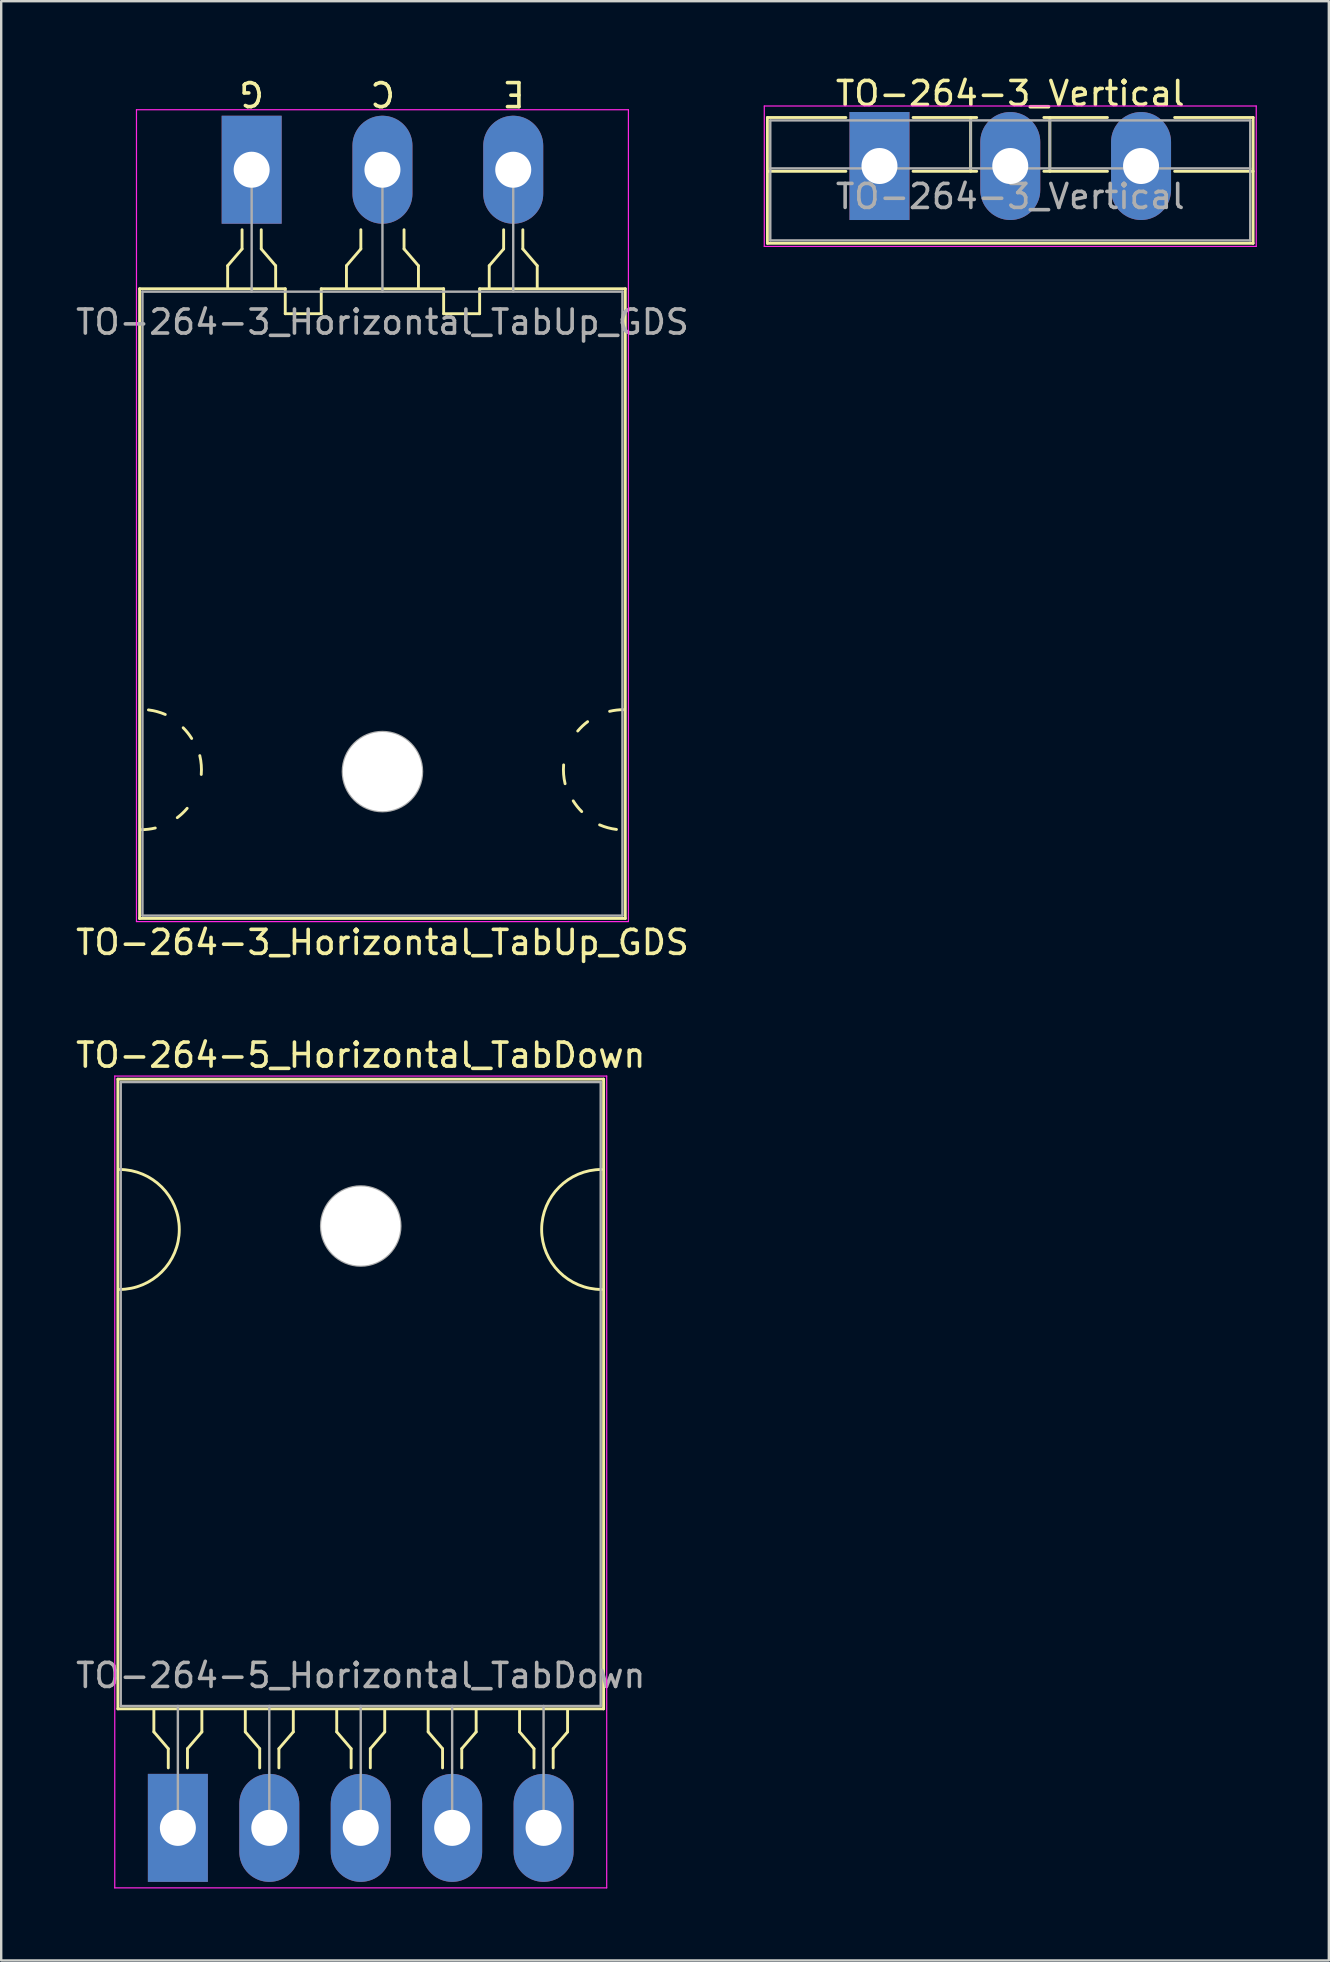
<source format=kicad_pcb>
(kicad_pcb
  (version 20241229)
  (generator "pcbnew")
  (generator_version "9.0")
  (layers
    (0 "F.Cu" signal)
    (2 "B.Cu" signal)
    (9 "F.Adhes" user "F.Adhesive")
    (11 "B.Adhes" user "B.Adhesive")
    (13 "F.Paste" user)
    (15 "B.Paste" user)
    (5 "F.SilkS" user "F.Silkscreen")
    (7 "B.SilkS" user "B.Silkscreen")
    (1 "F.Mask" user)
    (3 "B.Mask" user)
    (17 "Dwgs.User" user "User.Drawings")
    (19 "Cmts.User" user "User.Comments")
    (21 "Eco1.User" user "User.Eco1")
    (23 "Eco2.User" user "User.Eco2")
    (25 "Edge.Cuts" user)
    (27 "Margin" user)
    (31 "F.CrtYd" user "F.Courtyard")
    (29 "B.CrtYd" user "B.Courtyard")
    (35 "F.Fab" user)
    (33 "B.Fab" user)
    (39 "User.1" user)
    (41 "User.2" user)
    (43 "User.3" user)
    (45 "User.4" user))
  (footprint "TO-264-3_Horizontal_TabUp_GDS"
    (layer "F.Cu")
    (at 7.437 4.023)
    (property "Reference" "TO-264-3_Horizontal_TabUp_GDS" (at 5.45 32.2 0) (layer "F.SilkS") (effects (font (size 1 1) (thickness 0.15))))
    (fp_line (start -4.67 31.2) (end -4.67 4.96) (stroke (width 0.12) (type solid)) (layer "F.SilkS"))
    (fp_line (start -1 4) (end -1 4.9) (stroke (width 0.12) (type solid)) (layer "F.SilkS"))
    (fp_line (start -0.4 2.5) (end -0.4 3.3) (stroke (width 0.12) (type solid)) (layer "F.SilkS"))
    (fp_line (start -0.4 3.3) (end -1 4) (stroke (width 0.12) (type solid)) (layer "F.SilkS"))
    (fp_line (start 0.4 3.3) (end 0.4 2.5) (stroke (width 0.12) (type solid)) (layer "F.SilkS"))
    (fp_line (start 1 4) (end 0.4 3.3) (stroke (width 0.12) (type solid)) (layer "F.SilkS"))
    (fp_line (start 1 4.9) (end 1 4) (stroke (width 0.12) (type solid)) (layer "F.SilkS"))
    (fp_line (start 1.4 4.96) (end -4.67 4.96) (stroke (width 0.12) (type solid)) (layer "F.SilkS"))
    (fp_line (start 1.4 4.96) (end 1.4 6) (stroke (width 0.12) (type solid)) (layer "F.SilkS"))
    (fp_line (start 1.4 6) (end 2.9 6) (stroke (width 0.12) (type solid)) (layer "F.SilkS"))
    (fp_line (start 2.9 6) (end 2.9 4.96) (stroke (width 0.12) (type solid)) (layer "F.SilkS"))
    (fp_line (start 3.95 4) (end 3.95 4.9) (stroke (width 0.12) (type solid)) (layer "F.SilkS"))
    (fp_line (start 4.55 2.5) (end 4.55 3.3) (stroke (width 0.12) (type solid)) (layer "F.SilkS"))
    (fp_line (start 4.55 3.3) (end 3.95 4) (stroke (width 0.12) (type solid)) (layer "F.SilkS"))
    (fp_line (start 6.35 3.3) (end 6.35 2.5) (stroke (width 0.12) (type solid)) (layer "F.SilkS"))
    (fp_line (start 6.95 4) (end 6.35 3.3) (stroke (width 0.12) (type solid)) (layer "F.SilkS"))
    (fp_line (start 6.95 4.9) (end 6.95 4) (stroke (width 0.12) (type solid)) (layer "F.SilkS"))
    (fp_line (start 8 4.96) (end 2.9 4.96) (stroke (width 0.12) (type solid)) (layer "F.SilkS"))
    (fp_line (start 8 6) (end 8 4.96) (stroke (width 0.12) (type solid)) (layer "F.SilkS"))
    (fp_line (start 9.5 4.96) (end 9.5 6) (stroke (width 0.12) (type solid)) (layer "F.SilkS"))
    (fp_line (start 9.5 6) (end 8 6) (stroke (width 0.12) (type solid)) (layer "F.SilkS"))
    (fp_line (start 9.9 4) (end 9.9 4.9) (stroke (width 0.12) (type solid)) (layer "F.SilkS"))
    (fp_line (start 10.5 2.5) (end 10.5 3.3) (stroke (width 0.12) (type solid)) (layer "F.SilkS"))
    (fp_line (start 10.5 3.3) (end 9.9 4) (stroke (width 0.12) (type solid)) (layer "F.SilkS"))
    (fp_line (start 11.3 3.3) (end 11.3 2.5) (stroke (width 0.12) (type solid)) (layer "F.SilkS"))
    (fp_line (start 11.9 4) (end 11.3 3.3) (stroke (width 0.12) (type solid)) (layer "F.SilkS"))
    (fp_line (start 11.9 4.9) (end 11.9 4) (stroke (width 0.12) (type solid)) (layer "F.SilkS"))
    (fp_line (start 15.57 4.96) (end 9.5 4.96) (stroke (width 0.12) (type solid)) (layer "F.SilkS"))
    (fp_line (start 15.57 31.2) (end -4.67 31.2) (stroke (width 0.12) (type solid)) (layer "F.SilkS"))
    (fp_line (start 15.57 31.2) (end 15.57 4.96) (stroke (width 0.12) (type solid)) (layer "F.SilkS"))
    (fp_arc (start -4.301186 22.509879) (mid -3.943673 22.579416) (end -3.600001 22.700001) (stroke (width 0.12) (type solid)) (layer "F.SilkS"))
    (fp_arc (start -4.016568 27.430968) (mid -4.306249 27.482682) (end -4.6 27.5) (stroke (width 0.12) (type solid)) (layer "F.SilkS"))
    (fp_arc (start -2.853576 23.253576) (mid -2.663879 23.466564) (end -2.500001 23.700001) (stroke (width 0.12) (type solid)) (layer "F.SilkS"))
    (fp_arc (start -2.687722 26.610338) (mid -2.882773 26.8169) (end -3.1 26.999999) (stroke (width 0.12) (type solid)) (layer "F.SilkS"))
    (fp_arc (start -2.161266 24.414703) (mid -2.099611 24.804931) (end -2.100001 25.199999) (stroke (width 0.12) (type solid)) (layer "F.SilkS"))
    (fp_arc (start 13.061266 25.585297) (mid 12.999611 25.195069) (end 13.000001 24.800001) (stroke (width 0.12) (type solid)) (layer "F.SilkS"))
    (fp_arc (start 13.587722 23.389662) (mid 13.782773 23.1831) (end 14 23.000001) (stroke (width 0.12) (type solid)) (layer "F.SilkS"))
    (fp_arc (start 13.753576 26.746424) (mid 13.563879 26.533436) (end 13.400001 26.299999) (stroke (width 0.12) (type solid)) (layer "F.SilkS"))
    (fp_arc (start 14.916568 22.569032) (mid 15.206249 22.517318) (end 15.5 22.5) (stroke (width 0.12) (type solid)) (layer "F.SilkS"))
    (fp_arc (start 15.201186 27.490121) (mid 14.843673 27.420584) (end 14.500001 27.299999) (stroke (width 0.12) (type solid)) (layer "F.SilkS"))
    (fp_line (start -4.8 -2.5) (end -4.8 31.33) (stroke (width 0.05) (type solid)) (layer "F.CrtYd"))
    (fp_line (start -4.8 31.33) (end 15.7 31.33) (stroke (width 0.05) (type solid)) (layer "F.CrtYd"))
    (fp_line (start 15.7 -2.5) (end -4.8 -2.5) (stroke (width 0.05) (type solid)) (layer "F.CrtYd"))
    (fp_line (start 15.7 31.33) (end 15.7 -2.5) (stroke (width 0.05) (type solid)) (layer "F.CrtYd"))
    (fp_line (start -4.55 5.08) (end -4.55 31.08) (stroke (width 0.1) (type solid)) (layer "F.Fab"))
    (fp_line (start -4.55 31.08) (end 15.45 31.08) (stroke (width 0.1) (type solid)) (layer "F.Fab"))
    (fp_line (start 0 5.08) (end 0 0) (stroke (width 0.1) (type solid)) (layer "F.Fab"))
    (fp_line (start 5.45 5.08) (end 5.45 0) (stroke (width 0.1) (type solid)) (layer "F.Fab"))
    (fp_line (start 10.9 5.08) (end 10.9 0) (stroke (width 0.1) (type solid)) (layer "F.Fab"))
    (fp_line (start 15.45 5.08) (end -4.55 5.08) (stroke (width 0.1) (type solid)) (layer "F.Fab"))
    (fp_line (start 15.45 31.08) (end 15.45 5.08) (stroke (width 0.1) (type solid)) (layer "F.Fab"))
    (fp_circle (center 5.45 25.08) (end 7.1 25.08) (stroke (width 0.1) (type solid)) (fill no) (layer "F.Fab"))
    (fp_text user "G" (at 0 -3.175 180) (unlocked yes) (layer "F.SilkS") (effects (font (size 1 1) (thickness 0.15))))
    (fp_text user "C" (at 5.461 -3.175 180) (unlocked yes) (layer "F.SilkS") (effects (font (size 1 1) (thickness 0.15))))
    (fp_text user "E" (at 10.922 -3.175 180) (unlocked yes) (layer "F.SilkS") (effects (font (size 1 1) (thickness 0.15))))
    (fp_text user "${REFERENCE}" (at 5.45 6.35 0) (layer "F.Fab") (effects (font (size 1 1) (thickness 0.15))))
    (pad "" np_thru_hole oval (at 5.45 25.08) (size 3.3 3.3) (drill 3.3) (layers "*.Cu" "*.Mask"))
    (pad "1" thru_hole rect (at 0 0) (size 2.5 4.5) (drill 1.5) (layers "*.Cu" "*.Mask"))
    (pad "2" thru_hole oval (at 5.45 0) (size 2.5 4.5) (drill 1.5) (layers "*.Cu" "*.Mask"))
    (pad "3" thru_hole oval (at 10.9 0) (size 2.5 4.5) (drill 1.5) (layers "*.Cu" "*.Mask")))
  (footprint "TO-264-3_Vertical"
    (layer "F.Cu")
    (at 33.599 3.868)
    (property "Reference" "TO-264-3_Vertical" (at 5.45 -3.02 0) (layer "F.SilkS") (effects (font (size 1 1) (thickness 0.15))))
    (attr through_hole)
    (fp_line (start -4.67 -2.021) (end -4.67 3.22) (stroke (width 0.12) (type solid)) (layer "F.SilkS"))
    (fp_line (start -4.67 -2.021) (end -1.4 -2.021) (stroke (width 0.12) (type solid)) (layer "F.SilkS"))
    (fp_line (start -4.67 0.22) (end -1.4 0.22) (stroke (width 0.12) (type solid)) (layer "F.SilkS"))
    (fp_line (start -4.67 3.22) (end 15.57 3.22) (stroke (width 0.12) (type solid)) (layer "F.SilkS"))
    (fp_line (start 1.4 -2.021) (end 4.051 -2.021) (stroke (width 0.12) (type solid)) (layer "F.SilkS"))
    (fp_line (start 1.4 0.22) (end 4.051 0.22) (stroke (width 0.12) (type solid)) (layer "F.SilkS"))
    (fp_line (start 3.8 -2.021) (end 3.8 0.22) (stroke (width 0.12) (type solid)) (layer "F.SilkS"))
    (fp_line (start 6.85 -2.021) (end 9.5 -2.021) (stroke (width 0.12) (type solid)) (layer "F.SilkS"))
    (fp_line (start 6.85 0.22) (end 9.5 0.22) (stroke (width 0.12) (type solid)) (layer "F.SilkS"))
    (fp_line (start 7.1 -2.021) (end 7.1 0.22) (stroke (width 0.12) (type solid)) (layer "F.SilkS"))
    (fp_line (start 12.3 -2.021) (end 15.57 -2.021) (stroke (width 0.12) (type solid)) (layer "F.SilkS"))
    (fp_line (start 12.3 0.22) (end 15.57 0.22) (stroke (width 0.12) (type solid)) (layer "F.SilkS"))
    (fp_line (start 15.57 -2.021) (end 15.57 3.22) (stroke (width 0.12) (type solid)) (layer "F.SilkS"))
    (fp_line (start -4.8 -2.5) (end -4.8 3.35) (stroke (width 0.05) (type solid)) (layer "F.CrtYd"))
    (fp_line (start -4.8 3.35) (end 15.7 3.35) (stroke (width 0.05) (type solid)) (layer "F.CrtYd"))
    (fp_line (start 15.7 -2.5) (end -4.8 -2.5) (stroke (width 0.05) (type solid)) (layer "F.CrtYd"))
    (fp_line (start 15.7 3.35) (end 15.7 -2.5) (stroke (width 0.05) (type solid)) (layer "F.CrtYd"))
    (fp_line (start -4.55 -1.9) (end -4.55 3.1) (stroke (width 0.1) (type solid)) (layer "F.Fab"))
    (fp_line (start -4.55 0.1) (end 15.45 0.1) (stroke (width 0.1) (type solid)) (layer "F.Fab"))
    (fp_line (start -4.55 3.1) (end 15.45 3.1) (stroke (width 0.1) (type solid)) (layer "F.Fab"))
    (fp_line (start 3.8 -1.9) (end 3.8 0.1) (stroke (width 0.1) (type solid)) (layer "F.Fab"))
    (fp_line (start 7.1 -1.9) (end 7.1 0.1) (stroke (width 0.1) (type solid)) (layer "F.Fab"))
    (fp_line (start 15.45 -1.9) (end -4.55 -1.9) (stroke (width 0.1) (type solid)) (layer "F.Fab"))
    (fp_line (start 15.45 3.1) (end 15.45 -1.9) (stroke (width 0.1) (type solid)) (layer "F.Fab"))
    (fp_text user "${REFERENCE}" (at 5.45 1.27 0) (layer "F.Fab") (effects (font (size 1 1) (thickness 0.15))))
    (pad "1" thru_hole rect (at 0 0) (size 2.5 4.5) (drill 1.5) (layers "*.Cu" "*.Mask"))
    (pad "2" thru_hole oval (at 5.45 0) (size 2.5 4.5) (drill 1.5) (layers "*.Cu" "*.Mask"))
    (pad "3" thru_hole oval (at 10.9 0) (size 2.5 4.5) (drill 1.5) (layers "*.Cu" "*.Mask")))
  (footprint "TO-264-5_Horizontal_TabDown"
    (layer "F.Cu")
    (at 4.362 73.12)
    (property "Reference" "TO-264-5_Horizontal_TabDown" (at 7.62 -32.2 0) (layer "F.SilkS") (effects (font (size 1 1) (thickness 0.15))))
    (attr through_hole)
    (fp_line (start -2.5 -31.2) (end -2.5 -4.96) (stroke (width 0.12) (type solid)) (layer "F.SilkS"))
    (fp_line (start -2.5 -31.2) (end 17.74 -31.2) (stroke (width 0.12) (type solid)) (layer "F.SilkS"))
    (fp_line (start -2.5 -4.96) (end 17.74 -4.96) (stroke (width 0.12) (type solid)) (layer "F.SilkS"))
    (fp_line (start -1 -4.9) (end -1 -4) (stroke (width 0.12) (type solid)) (layer "F.SilkS"))
    (fp_line (start -1 -4) (end -0.4 -3.3) (stroke (width 0.12) (type solid)) (layer "F.SilkS"))
    (fp_line (start -0.4 -3.3) (end -0.4 -2.5) (stroke (width 0.12) (type solid)) (layer "F.SilkS"))
    (fp_line (start 0.4 -3.3) (end 1 -4) (stroke (width 0.12) (type solid)) (layer "F.SilkS"))
    (fp_line (start 0.4 -2.5) (end 0.4 -3.3) (stroke (width 0.12) (type solid)) (layer "F.SilkS"))
    (fp_line (start 1 -4) (end 1 -4.9) (stroke (width 0.12) (type solid)) (layer "F.SilkS"))
    (fp_line (start 2.81 -4.9) (end 2.81 -4) (stroke (width 0.12) (type solid)) (layer "F.SilkS"))
    (fp_line (start 2.81 -4) (end 3.41 -3.3) (stroke (width 0.12) (type solid)) (layer "F.SilkS"))
    (fp_line (start 3.41 -3.3) (end 3.41 -2.5) (stroke (width 0.12) (type solid)) (layer "F.SilkS"))
    (fp_line (start 4.21 -3.3) (end 4.81 -4) (stroke (width 0.12) (type solid)) (layer "F.SilkS"))
    (fp_line (start 4.21 -2.5) (end 4.21 -3.3) (stroke (width 0.12) (type solid)) (layer "F.SilkS"))
    (fp_line (start 4.81 -4) (end 4.81 -4.9) (stroke (width 0.12) (type solid)) (layer "F.SilkS"))
    (fp_line (start 6.62 -4.9) (end 6.62 -4) (stroke (width 0.12) (type solid)) (layer "F.SilkS"))
    (fp_line (start 6.62 -4) (end 7.22 -3.3) (stroke (width 0.12) (type solid)) (layer "F.SilkS"))
    (fp_line (start 7.22 -3.3) (end 7.22 -2.5) (stroke (width 0.12) (type solid)) (layer "F.SilkS"))
    (fp_line (start 8.02 -3.3) (end 8.62 -4) (stroke (width 0.12) (type solid)) (layer "F.SilkS"))
    (fp_line (start 8.02 -2.5) (end 8.02 -3.3) (stroke (width 0.12) (type solid)) (layer "F.SilkS"))
    (fp_line (start 8.62 -4) (end 8.62 -4.9) (stroke (width 0.12) (type solid)) (layer "F.SilkS"))
    (fp_line (start 10.43 -4.9) (end 10.43 -4) (stroke (width 0.12) (type solid)) (layer "F.SilkS"))
    (fp_line (start 10.43 -4) (end 11.03 -3.3) (stroke (width 0.12) (type solid)) (layer "F.SilkS"))
    (fp_line (start 11.03 -3.3) (end 11.03 -2.5) (stroke (width 0.12) (type solid)) (layer "F.SilkS"))
    (fp_line (start 11.83 -3.3) (end 12.43 -4) (stroke (width 0.12) (type solid)) (layer "F.SilkS"))
    (fp_line (start 11.83 -2.5) (end 11.83 -3.3) (stroke (width 0.12) (type solid)) (layer "F.SilkS"))
    (fp_line (start 12.43 -4) (end 12.43 -4.9) (stroke (width 0.12) (type solid)) (layer "F.SilkS"))
    (fp_line (start 14.24 -4.9) (end 14.24 -4) (stroke (width 0.12) (type solid)) (layer "F.SilkS"))
    (fp_line (start 14.24 -4) (end 14.84 -3.3) (stroke (width 0.12) (type solid)) (layer "F.SilkS"))
    (fp_line (start 14.84 -3.3) (end 14.84 -2.5) (stroke (width 0.12) (type solid)) (layer "F.SilkS"))
    (fp_line (start 15.64 -3.3) (end 16.24 -4) (stroke (width 0.12) (type solid)) (layer "F.SilkS"))
    (fp_line (start 15.64 -2.5) (end 15.64 -3.3) (stroke (width 0.12) (type solid)) (layer "F.SilkS"))
    (fp_line (start 16.24 -4) (end 16.24 -4.9) (stroke (width 0.12) (type solid)) (layer "F.SilkS"))
    (fp_line (start 17.74 -31.2) (end 17.74 -4.96) (stroke (width 0.12) (type solid)) (layer "F.SilkS"))
    (fp_arc (start -2.441 -27.4365) (mid 0.059 -24.9365) (end -2.441 -22.4365) (stroke (width 0.12) (type solid)) (layer "F.SilkS"))
    (fp_arc (start 17.659 -22.4365) (mid 15.159 -24.9365) (end 17.659 -27.4365) (stroke (width 0.12) (type solid)) (layer "F.SilkS"))
    (fp_line (start -2.63 -31.33) (end -2.63 2.5) (stroke (width 0.05) (type solid)) (layer "F.CrtYd"))
    (fp_line (start -2.63 2.5) (end 17.87 2.5) (stroke (width 0.05) (type solid)) (layer "F.CrtYd"))
    (fp_line (start 17.87 -31.33) (end -2.63 -31.33) (stroke (width 0.05) (type solid)) (layer "F.CrtYd"))
    (fp_line (start 17.87 2.5) (end 17.87 -31.33) (stroke (width 0.05) (type solid)) (layer "F.CrtYd"))
    (fp_line (start -2.38 -31.08) (end 17.62 -31.08) (stroke (width 0.1) (type solid)) (layer "F.Fab"))
    (fp_line (start -2.38 -5.08) (end -2.38 -31.08) (stroke (width 0.1) (type solid)) (layer "F.Fab"))
    (fp_line (start 0 -5.08) (end 0 0) (stroke (width 0.1) (type solid)) (layer "F.Fab"))
    (fp_line (start 3.81 -5.08) (end 3.81 0) (stroke (width 0.1) (type solid)) (layer "F.Fab"))
    (fp_line (start 7.62 -5.08) (end 7.62 0) (stroke (width 0.1) (type solid)) (layer "F.Fab"))
    (fp_line (start 11.43 -5.08) (end 11.43 0) (stroke (width 0.1) (type solid)) (layer "F.Fab"))
    (fp_line (start 15.24 -5.08) (end 15.24 0) (stroke (width 0.1) (type solid)) (layer "F.Fab"))
    (fp_line (start 17.62 -31.08) (end 17.62 -5.08) (stroke (width 0.1) (type solid)) (layer "F.Fab"))
    (fp_line (start 17.62 -5.08) (end -2.38 -5.08) (stroke (width 0.1) (type solid)) (layer "F.Fab"))
    (fp_circle (center 7.62 -25.08) (end 9.27 -25.08) (stroke (width 0.1) (type solid)) (fill no) (layer "F.Fab"))
    (fp_text user "${REFERENCE}" (at 7.62 -6.35 0) (layer "F.Fab") (effects (font (size 1 1) (thickness 0.15))))
    (pad "" np_thru_hole oval (at 7.62 -25.08) (size 3.3 3.3) (drill 3.3) (layers "*.Cu" "*.Mask"))
    (pad "1" thru_hole rect (at 0 0) (size 2.5 4.5) (drill 1.5) (layers "*.Cu" "*.Mask"))
    (pad "2" thru_hole oval (at 3.81 0) (size 2.5 4.5) (drill 1.5) (layers "*.Cu" "*.Mask"))
    (pad "3" thru_hole oval (at 7.62 0) (size 2.5 4.5) (drill 1.5) (layers "*.Cu" "*.Mask"))
    (pad "4" thru_hole oval (at 11.43 0) (size 2.5 4.5) (drill 1.5) (layers "*.Cu" "*.Mask"))
    (pad "5" thru_hole oval (at 15.24 0) (size 2.5 4.5) (drill 1.5) (layers "*.Cu" "*.Mask")))
  (gr_rect
    (start -3 -3)
    (end 52.324 78.645)
    (stroke (width 0.1) (type default))
    (fill no)
    (layer "Edge.Cuts")))
</source>
